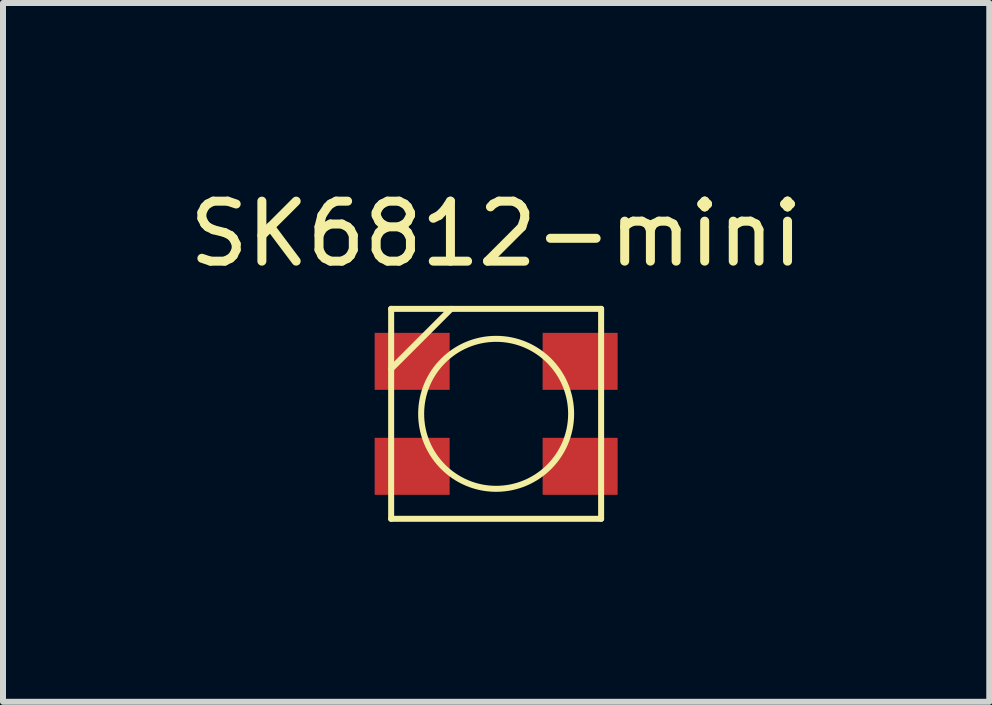
<source format=kicad_pcb>
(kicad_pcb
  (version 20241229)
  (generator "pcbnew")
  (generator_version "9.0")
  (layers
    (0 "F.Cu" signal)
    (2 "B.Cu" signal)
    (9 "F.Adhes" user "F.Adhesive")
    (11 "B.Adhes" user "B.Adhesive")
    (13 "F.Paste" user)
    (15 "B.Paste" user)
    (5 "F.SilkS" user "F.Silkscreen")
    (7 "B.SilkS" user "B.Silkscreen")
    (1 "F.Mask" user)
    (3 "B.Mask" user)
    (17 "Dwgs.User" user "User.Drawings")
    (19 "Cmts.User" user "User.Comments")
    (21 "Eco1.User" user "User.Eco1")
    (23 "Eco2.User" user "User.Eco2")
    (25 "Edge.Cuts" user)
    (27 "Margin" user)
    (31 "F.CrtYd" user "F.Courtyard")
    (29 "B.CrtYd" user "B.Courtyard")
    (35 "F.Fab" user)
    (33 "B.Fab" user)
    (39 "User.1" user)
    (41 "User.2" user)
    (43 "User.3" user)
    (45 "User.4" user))
  (footprint "SK6812-mini"
    (layer "F.Cu")
    (at 5.22 3.848)
    (property "Reference" "SK6812-mini" (at 0 -3 0) (layer "F.SilkS") (effects (font (size 1 1) (thickness 0.15))))
    (attr through_hole)
    (fp_line (start -1.75 -1.75) (end 1.75 -1.75) (stroke (width 0.1) (type solid)) (layer "F.SilkS"))
    (fp_line (start -1.75 -0.75) (end -0.75 -1.75) (stroke (width 0.1) (type solid)) (layer "F.SilkS"))
    (fp_line (start -1.75 1.75) (end -1.75 -1.75) (stroke (width 0.1) (type solid)) (layer "F.SilkS"))
    (fp_line (start 1.75 -1.75) (end 1.75 1.75) (stroke (width 0.1) (type solid)) (layer "F.SilkS"))
    (fp_line (start 1.75 1.75) (end -1.75 1.75) (stroke (width 0.1) (type solid)) (layer "F.SilkS"))
    (fp_circle (center 0 0) (end 0 -1.25) (stroke (width 0.1) (type solid)) (fill no) (layer "F.SilkS"))
    (pad "1" smd rect (at 1.4 0.875) (size 1.25 0.95) (layers "F.Cu" "F.Mask" "F.Paste"))
    (pad "2" smd rect (at 1.4 -0.875) (size 1.25 0.95) (layers "F.Cu" "F.Mask" "F.Paste"))
    (pad "3" smd rect (at -1.4 -0.875) (size 1.25 0.95) (layers "F.Cu" "F.Mask" "F.Paste"))
    (pad "4" smd rect (at -1.4 0.875) (size 1.25 0.95) (layers "F.Cu" "F.Mask" "F.Paste")))
  (gr_rect
    (start -3 -3)
    (end 13.44 8.648)
    (stroke (width 0.1) (type default))
    (fill no)
    (layer "Edge.Cuts")))
</source>
